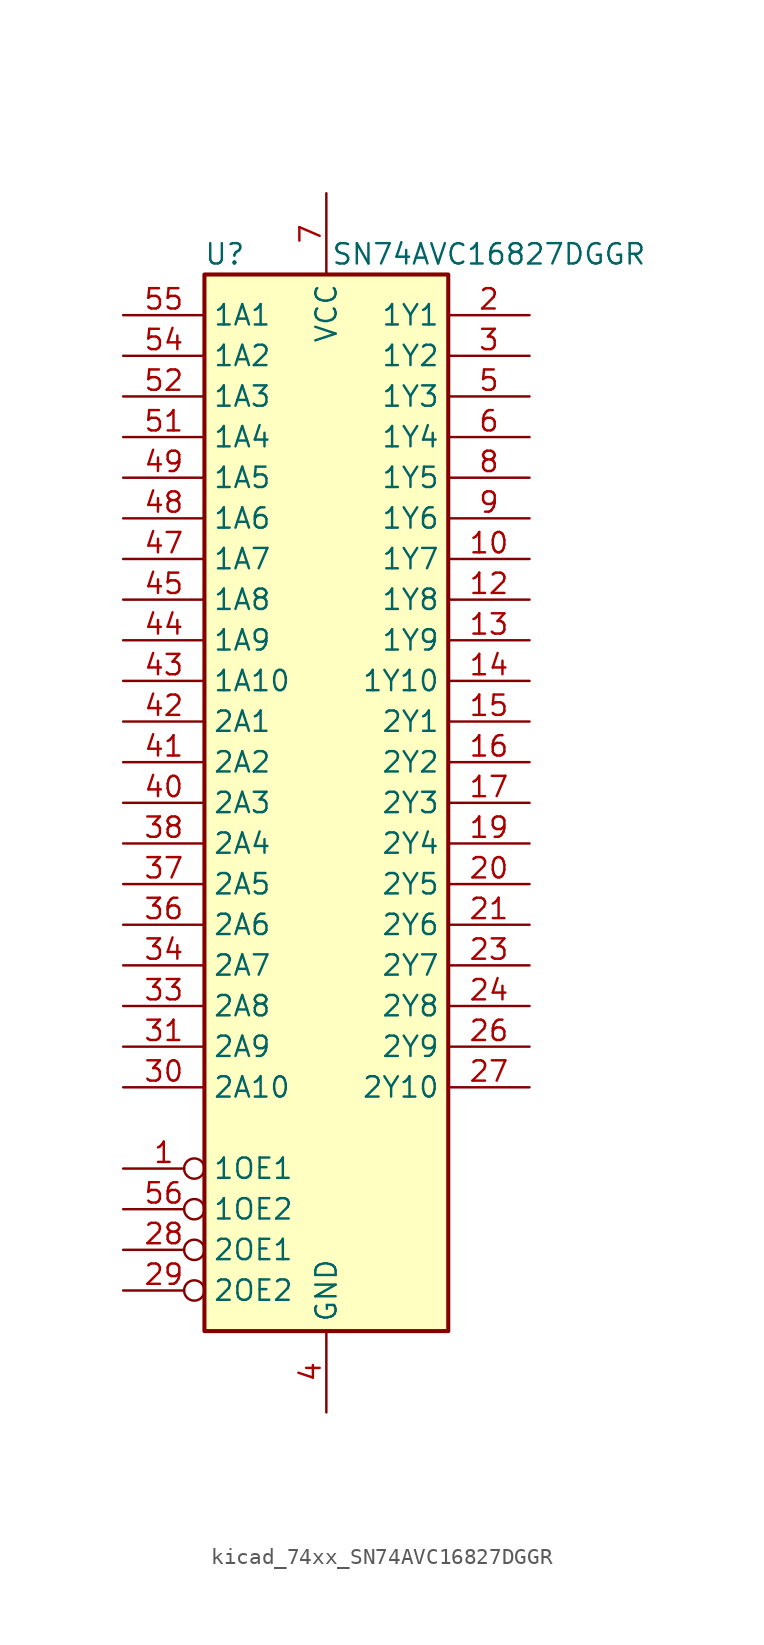
<source format=kicad_sym>
(kicad_symbol_lib
  (version 20220914)
  (generator kicad_symbol_editor)
  (symbol "kicad_74xx_SN74AVC16827DGGR"
    (property "Reference" "U"
      (at -6.35 34.29 0)
      (effects (font (size 1.27 1.27))))
    (property "Value" "SN74AVC16827DGGR"
      (at 10.16 34.29 0)
      (effects (font (size 1.27 1.27))))
    (symbol "kicad_74xx_SN74AVC16827DGGR_0_1"
      (rectangle (start -7.62 33.02) (end 7.62 -33.02) (stroke (width 0.254) (type default)) (fill (type background))))
    (symbol "kicad_74xx_SN74AVC16827DGGR_1_1"
      (pin input inverted (at -12.7 -22.86 0) (length 5.08) (name "1OE1" (effects (font (size 1.27 1.27)))) (number "1" (effects (font (size 1.27 1.27)))))
      (pin output line (at 12.7 15.24 180) (length 5.08) (name "1Y7" (effects (font (size 1.27 1.27)))) (number "10" (effects (font (size 1.27 1.27)))))
      (pin passive line (at 0 -38.1 90) (length 5.08) hide (name "GND" (effects (font (size 1.27 1.27)))) (number "11" (effects (font (size 1.27 1.27)))))
      (pin output line (at 12.7 12.7 180) (length 5.08) (name "1Y8" (effects (font (size 1.27 1.27)))) (number "12" (effects (font (size 1.27 1.27)))))
      (pin output line (at 12.7 10.16 180) (length 5.08) (name "1Y9" (effects (font (size 1.27 1.27)))) (number "13" (effects (font (size 1.27 1.27)))))
      (pin output line (at 12.7 7.62 180) (length 5.08) (name "1Y10" (effects (font (size 1.27 1.27)))) (number "14" (effects (font (size 1.27 1.27)))))
      (pin output line (at 12.7 5.08 180) (length 5.08) (name "2Y1" (effects (font (size 1.27 1.27)))) (number "15" (effects (font (size 1.27 1.27)))))
      (pin output line (at 12.7 2.54 180) (length 5.08) (name "2Y2" (effects (font (size 1.27 1.27)))) (number "16" (effects (font (size 1.27 1.27)))))
      (pin output line (at 12.7 0 180) (length 5.08) (name "2Y3" (effects (font (size 1.27 1.27)))) (number "17" (effects (font (size 1.27 1.27)))))
      (pin passive line (at 0 -38.1 90) (length 5.08) hide (name "GND" (effects (font (size 1.27 1.27)))) (number "18" (effects (font (size 1.27 1.27)))))
      (pin output line (at 12.7 -2.54 180) (length 5.08) (name "2Y4" (effects (font (size 1.27 1.27)))) (number "19" (effects (font (size 1.27 1.27)))))
      (pin output line (at 12.7 30.48 180) (length 5.08) (name "1Y1" (effects (font (size 1.27 1.27)))) (number "2" (effects (font (size 1.27 1.27)))))
      (pin output line (at 12.7 -5.08 180) (length 5.08) (name "2Y5" (effects (font (size 1.27 1.27)))) (number "20" (effects (font (size 1.27 1.27)))))
      (pin output line (at 12.7 -7.62 180) (length 5.08) (name "2Y6" (effects (font (size 1.27 1.27)))) (number "21" (effects (font (size 1.27 1.27)))))
      (pin passive line (at 0 38.1 270) (length 5.08) hide (name "VCC" (effects (font (size 1.27 1.27)))) (number "22" (effects (font (size 1.27 1.27)))))
      (pin output line (at 12.7 -10.16 180) (length 5.08) (name "2Y7" (effects (font (size 1.27 1.27)))) (number "23" (effects (font (size 1.27 1.27)))))
      (pin output line (at 12.7 -12.7 180) (length 5.08) (name "2Y8" (effects (font (size 1.27 1.27)))) (number "24" (effects (font (size 1.27 1.27)))))
      (pin passive line (at 0 -38.1 90) (length 5.08) hide (name "GND" (effects (font (size 1.27 1.27)))) (number "25" (effects (font (size 1.27 1.27)))))
      (pin output line (at 12.7 -15.24 180) (length 5.08) (name "2Y9" (effects (font (size 1.27 1.27)))) (number "26" (effects (font (size 1.27 1.27)))))
      (pin output line (at 12.7 -17.78 180) (length 5.08) (name "2Y10" (effects (font (size 1.27 1.27)))) (number "27" (effects (font (size 1.27 1.27)))))
      (pin input inverted (at -12.7 -27.94 0) (length 5.08) (name "2OE1" (effects (font (size 1.27 1.27)))) (number "28" (effects (font (size 1.27 1.27)))))
      (pin input inverted (at -12.7 -30.48 0) (length 5.08) (name "2OE2" (effects (font (size 1.27 1.27)))) (number "29" (effects (font (size 1.27 1.27)))))
      (pin output line (at 12.7 27.94 180) (length 5.08) (name "1Y2" (effects (font (size 1.27 1.27)))) (number "3" (effects (font (size 1.27 1.27)))))
      (pin input line (at -12.7 -17.78 0) (length 5.08) (name "2A10" (effects (font (size 1.27 1.27)))) (number "30" (effects (font (size 1.27 1.27)))))
      (pin input line (at -12.7 -15.24 0) (length 5.08) (name "2A9" (effects (font (size 1.27 1.27)))) (number "31" (effects (font (size 1.27 1.27)))))
      (pin passive line (at 0 -38.1 90) (length 5.08) hide (name "GND" (effects (font (size 1.27 1.27)))) (number "32" (effects (font (size 1.27 1.27)))))
      (pin input line (at -12.7 -12.7 0) (length 5.08) (name "2A8" (effects (font (size 1.27 1.27)))) (number "33" (effects (font (size 1.27 1.27)))))
      (pin input line (at -12.7 -10.16 0) (length 5.08) (name "2A7" (effects (font (size 1.27 1.27)))) (number "34" (effects (font (size 1.27 1.27)))))
      (pin passive line (at 0 38.1 270) (length 5.08) hide (name "VCC" (effects (font (size 1.27 1.27)))) (number "35" (effects (font (size 1.27 1.27)))))
      (pin input line (at -12.7 -7.62 0) (length 5.08) (name "2A6" (effects (font (size 1.27 1.27)))) (number "36" (effects (font (size 1.27 1.27)))))
      (pin input line (at -12.7 -5.08 0) (length 5.08) (name "2A5" (effects (font (size 1.27 1.27)))) (number "37" (effects (font (size 1.27 1.27)))))
      (pin input line (at -12.7 -2.54 0) (length 5.08) (name "2A4" (effects (font (size 1.27 1.27)))) (number "38" (effects (font (size 1.27 1.27)))))
      (pin passive line (at 0 -38.1 90) (length 5.08) hide (name "GND" (effects (font (size 1.27 1.27)))) (number "39" (effects (font (size 1.27 1.27)))))
      (pin power_in line (at 0 -38.1 90) (length 5.08) (name "GND" (effects (font (size 1.27 1.27)))) (number "4" (effects (font (size 1.27 1.27)))))
      (pin input line (at -12.7 0 0) (length 5.08) (name "2A3" (effects (font (size 1.27 1.27)))) (number "40" (effects (font (size 1.27 1.27)))))
      (pin input line (at -12.7 2.54 0) (length 5.08) (name "2A2" (effects (font (size 1.27 1.27)))) (number "41" (effects (font (size 1.27 1.27)))))
      (pin input line (at -12.7 5.08 0) (length 5.08) (name "2A1" (effects (font (size 1.27 1.27)))) (number "42" (effects (font (size 1.27 1.27)))))
      (pin input line (at -12.7 7.62 0) (length 5.08) (name "1A10" (effects (font (size 1.27 1.27)))) (number "43" (effects (font (size 1.27 1.27)))))
      (pin input line (at -12.7 10.16 0) (length 5.08) (name "1A9" (effects (font (size 1.27 1.27)))) (number "44" (effects (font (size 1.27 1.27)))))
      (pin input line (at -12.7 12.7 0) (length 5.08) (name "1A8" (effects (font (size 1.27 1.27)))) (number "45" (effects (font (size 1.27 1.27)))))
      (pin passive line (at 0 -38.1 90) (length 5.08) hide (name "GND" (effects (font (size 1.27 1.27)))) (number "46" (effects (font (size 1.27 1.27)))))
      (pin input line (at -12.7 15.24 0) (length 5.08) (name "1A7" (effects (font (size 1.27 1.27)))) (number "47" (effects (font (size 1.27 1.27)))))
      (pin input line (at -12.7 17.78 0) (length 5.08) (name "1A6" (effects (font (size 1.27 1.27)))) (number "48" (effects (font (size 1.27 1.27)))))
      (pin input line (at -12.7 20.32 0) (length 5.08) (name "1A5" (effects (font (size 1.27 1.27)))) (number "49" (effects (font (size 1.27 1.27)))))
      (pin output line (at 12.7 25.4 180) (length 5.08) (name "1Y3" (effects (font (size 1.27 1.27)))) (number "5" (effects (font (size 1.27 1.27)))))
      (pin passive line (at 0 38.1 270) (length 5.08) hide (name "VCC" (effects (font (size 1.27 1.27)))) (number "50" (effects (font (size 1.27 1.27)))))
      (pin input line (at -12.7 22.86 0) (length 5.08) (name "1A4" (effects (font (size 1.27 1.27)))) (number "51" (effects (font (size 1.27 1.27)))))
      (pin input line (at -12.7 25.4 0) (length 5.08) (name "1A3" (effects (font (size 1.27 1.27)))) (number "52" (effects (font (size 1.27 1.27)))))
      (pin passive line (at 0 -38.1 90) (length 5.08) hide (name "GND" (effects (font (size 1.27 1.27)))) (number "53" (effects (font (size 1.27 1.27)))))
      (pin input line (at -12.7 27.94 0) (length 5.08) (name "1A2" (effects (font (size 1.27 1.27)))) (number "54" (effects (font (size 1.27 1.27)))))
      (pin input line (at -12.7 30.48 0) (length 5.08) (name "1A1" (effects (font (size 1.27 1.27)))) (number "55" (effects (font (size 1.27 1.27)))))
      (pin input inverted (at -12.7 -25.4 0) (length 5.08) (name "1OE2" (effects (font (size 1.27 1.27)))) (number "56" (effects (font (size 1.27 1.27)))))
      (pin output line (at 12.7 22.86 180) (length 5.08) (name "1Y4" (effects (font (size 1.27 1.27)))) (number "6" (effects (font (size 1.27 1.27)))))
      (pin power_in line (at 0 38.1 270) (length 5.08) (name "VCC" (effects (font (size 1.27 1.27)))) (number "7" (effects (font (size 1.27 1.27)))))
      (pin output line (at 12.7 20.32 180) (length 5.08) (name "1Y5" (effects (font (size 1.27 1.27)))) (number "8" (effects (font (size 1.27 1.27)))))
      (pin output line (at 12.7 17.78 180) (length 5.08) (name "1Y6" (effects (font (size 1.27 1.27)))) (number "9" (effects (font (size 1.27 1.27))))))))
</source>
